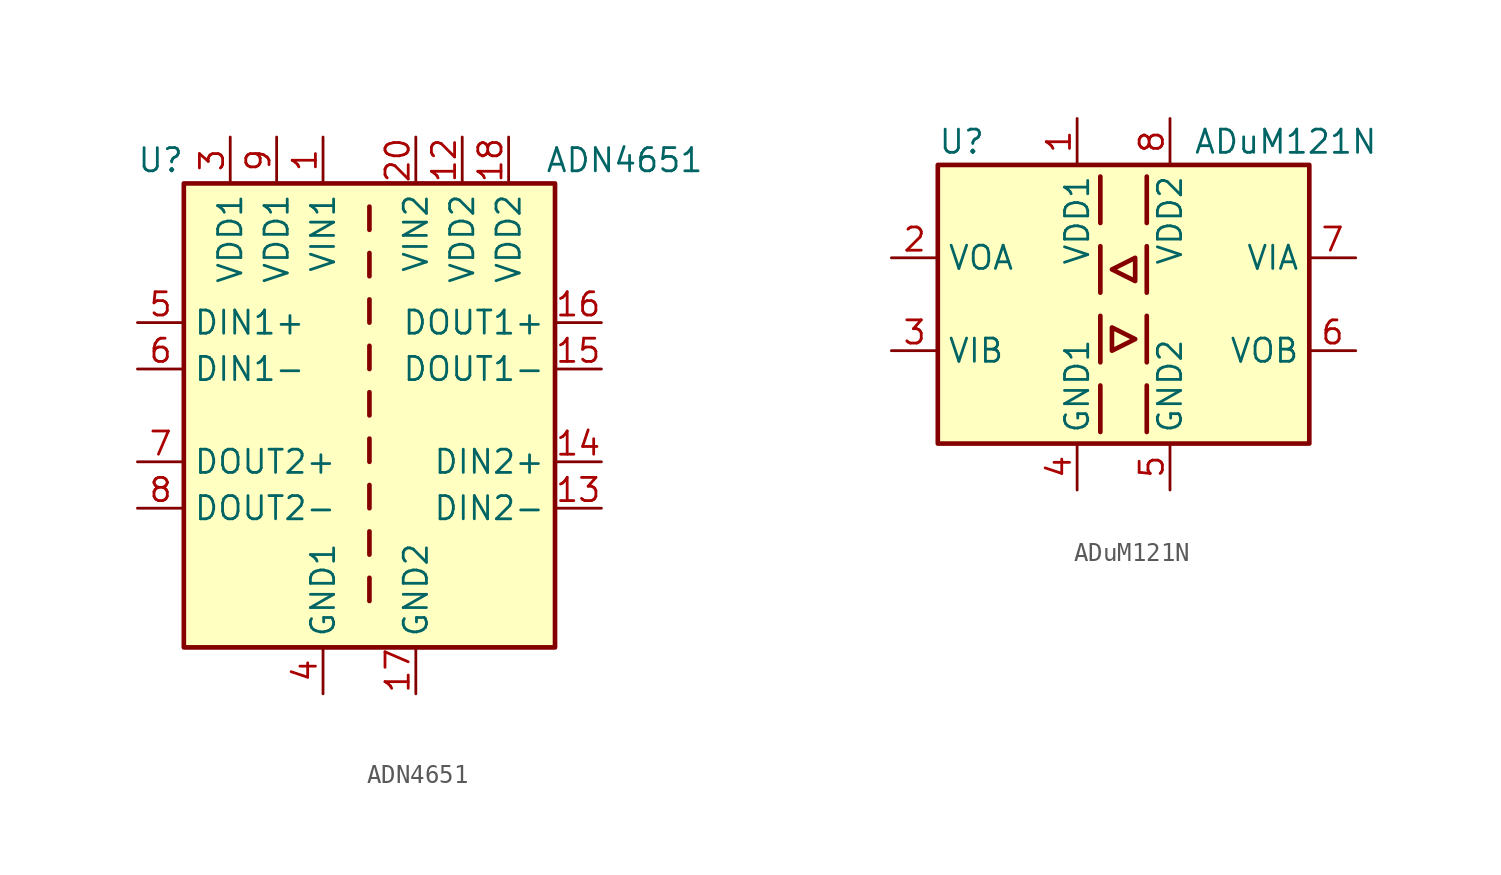
<source format=kicad_sym>
(kicad_symbol_lib
  (version 20201005)
  (generator kicad_symbol_editor)
  (symbol "Isolator_Digital:ADN4651"
    (property "Reference" "U"
      (at -11.43 13.97 0)
      (effects (font (size 1.27 1.27))))
    (property "Value" "ADN4651"
      (at 13.97 13.97 0)
      (effects (font (size 1.27 1.27))))
    (symbol "ADN4651_0_0"
      (pin power_in line (at 5.08 15.24 270) (length 2.54) (name "VDD2" (effects (font (size 1.27 1.27)))) (number "12" (effects (font (size 1.27 1.27)))))
      (pin power_in line (at -5.08 15.24 270) (length 2.54) (name "VDD1" (effects (font (size 1.27 1.27)))) (number "9" (effects (font (size 1.27 1.27))))))
    (symbol "ADN4651_0_1"
      (rectangle (start -10.16 12.7) (end 10.16 -12.7) (stroke (width 0.254)) (fill (type background)))
      (polyline (pts (xy 0 -8.89) (xy 0 -10.16)) (stroke (width 0.254)) (fill (type none)))
      (polyline (pts (xy 0 -6.35) (xy 0 -7.62)) (stroke (width 0.254)) (fill (type none)))
      (polyline (pts (xy 0 -3.81) (xy 0 -5.08)) (stroke (width 0.254)) (fill (type none)))
      (polyline (pts (xy 0 -1.27) (xy 0 -2.54)) (stroke (width 0.254)) (fill (type none)))
      (polyline (pts (xy 0 1.27) (xy 0 0)) (stroke (width 0.254)) (fill (type none)))
      (polyline (pts (xy 0 3.81) (xy 0 2.54)) (stroke (width 0.254)) (fill (type none)))
      (polyline (pts (xy 0 6.35) (xy 0 5.08)) (stroke (width 0.254)) (fill (type none)))
      (polyline (pts (xy 0 8.89) (xy 0 7.62)) (stroke (width 0.254)) (fill (type none)))
      (polyline (pts (xy 0 11.43) (xy 0 10.16)) (stroke (width 0.254)) (fill (type none))))
    (symbol "ADN4651_1_1"
      (pin power_in line (at -2.54 15.24 270) (length 2.54) (name "VIN1" (effects (font (size 1.27 1.27)))) (number "1" (effects (font (size 1.27 1.27)))))
      (pin passive line (at -2.54 -15.24 90) (length 2.54) hide (name "GND1" (effects (font (size 1.27 1.27)))) (number "10" (effects (font (size 1.27 1.27)))))
      (pin passive line (at 2.54 -15.24 90) (length 2.54) hide (name "GND2" (effects (font (size 1.27 1.27)))) (number "11" (effects (font (size 1.27 1.27)))))
      (pin input line (at 12.7 -5.08 180) (length 2.54) (name "DIN2-" (effects (font (size 1.27 1.27)))) (number "13" (effects (font (size 1.27 1.27)))))
      (pin input line (at 12.7 -2.54 180) (length 2.54) (name "DIN2+" (effects (font (size 1.27 1.27)))) (number "14" (effects (font (size 1.27 1.27)))))
      (pin output line (at 12.7 2.54 180) (length 2.54) (name "DOUT1-" (effects (font (size 1.27 1.27)))) (number "15" (effects (font (size 1.27 1.27)))))
      (pin output line (at 12.7 5.08 180) (length 2.54) (name "DOUT1+" (effects (font (size 1.27 1.27)))) (number "16" (effects (font (size 1.27 1.27)))))
      (pin power_in line (at 2.54 -15.24 90) (length 2.54) (name "GND2" (effects (font (size 1.27 1.27)))) (number "17" (effects (font (size 1.27 1.27)))))
      (pin power_in line (at 7.62 15.24 270) (length 2.54) (name "VDD2" (effects (font (size 1.27 1.27)))) (number "18" (effects (font (size 1.27 1.27)))))
      (pin passive line (at 2.54 -15.24 90) (length 2.54) hide (name "GND2" (effects (font (size 1.27 1.27)))) (number "19" (effects (font (size 1.27 1.27)))))
      (pin passive line (at -2.54 -15.24 90) (length 2.54) hide (name "GND1" (effects (font (size 1.27 1.27)))) (number "2" (effects (font (size 1.27 1.27)))))
      (pin power_in line (at 2.54 15.24 270) (length 2.54) (name "VIN2" (effects (font (size 1.27 1.27)))) (number "20" (effects (font (size 1.27 1.27)))))
      (pin power_in line (at -7.62 15.24 270) (length 2.54) (name "VDD1" (effects (font (size 1.27 1.27)))) (number "3" (effects (font (size 1.27 1.27)))))
      (pin power_in line (at -2.54 -15.24 90) (length 2.54) (name "GND1" (effects (font (size 1.27 1.27)))) (number "4" (effects (font (size 1.27 1.27)))))
      (pin input line (at -12.7 5.08 0) (length 2.54) (name "DIN1+" (effects (font (size 1.27 1.27)))) (number "5" (effects (font (size 1.27 1.27)))))
      (pin input line (at -12.7 2.54 0) (length 2.54) (name "DIN1-" (effects (font (size 1.27 1.27)))) (number "6" (effects (font (size 1.27 1.27)))))
      (pin output line (at -12.7 -2.54 0) (length 2.54) (name "DOUT2+" (effects (font (size 1.27 1.27)))) (number "7" (effects (font (size 1.27 1.27)))))
      (pin output line (at -12.7 -5.08 0) (length 2.54) (name "DOUT2-" (effects (font (size 1.27 1.27)))) (number "8" (effects (font (size 1.27 1.27)))))))
  (symbol "Isolator_Digital:ADuM121N"
    (property "Reference" "U"
      (at -10.16 8.89 0)
      (effects (font (size 1.27 1.27)) (justify left)))
    (property "Value" "ADuM121N"
      (at 3.81 8.89 0)
      (effects (font (size 1.27 1.27)) (justify left)))
    (symbol "ADuM121N_0_1"
      (rectangle (start -10.16 7.62) (end 10.16 -7.62) (stroke (width 0.254)) (fill (type background)))
      (polyline (pts (xy -1.27 -4.445) (xy -1.27 -6.985)) (stroke (width 0.254)) (fill (type none)))
      (polyline (pts (xy -1.27 -0.635) (xy -1.27 -3.175)) (stroke (width 0.254)) (fill (type none)))
      (polyline (pts (xy -1.27 3.175) (xy -1.27 0.635)) (stroke (width 0.254)) (fill (type none)))
      (polyline (pts (xy -1.27 6.985) (xy -1.27 4.445)) (stroke (width 0.254)) (fill (type none)))
      (polyline (pts (xy 1.27 -4.445) (xy 1.27 -6.985)) (stroke (width 0.254)) (fill (type none)))
      (polyline (pts (xy 1.27 -0.635) (xy 1.27 -3.175)) (stroke (width 0.254)) (fill (type none)))
      (polyline (pts (xy 1.27 3.175) (xy 1.27 0.635)) (stroke (width 0.254)) (fill (type none)))
      (polyline (pts (xy 1.27 6.985) (xy 1.27 4.445)) (stroke (width 0.254)) (fill (type none)))
      (polyline (pts (xy -0.635 -1.27) (xy -0.635 -2.54) (xy 0.635 -1.905) (xy -0.635 -1.27)) (stroke (width 0.254)) (fill (type none)))
      (polyline (pts (xy 0.635 1.27) (xy -0.635 1.905) (xy 0.635 2.54) (xy 0.635 1.27)) (stroke (width 0.254)) (fill (type none))))
    (symbol "ADuM121N_1_1"
      (pin power_in line (at -2.54 10.16 270) (length 2.54) (name "VDD1" (effects (font (size 1.27 1.27)))) (number "1" (effects (font (size 1.27 1.27)))))
      (pin output line (at -12.7 2.54 0) (length 2.54) (name "VOA" (effects (font (size 1.27 1.27)))) (number "2" (effects (font (size 1.27 1.27)))))
      (pin input line (at -12.7 -2.54 0) (length 2.54) (name "VIB" (effects (font (size 1.27 1.27)))) (number "3" (effects (font (size 1.27 1.27)))))
      (pin power_in line (at -2.54 -10.16 90) (length 2.54) (name "GND1" (effects (font (size 1.27 1.27)))) (number "4" (effects (font (size 1.27 1.27)))))
      (pin power_in line (at 2.54 -10.16 90) (length 2.54) (name "GND2" (effects (font (size 1.27 1.27)))) (number "5" (effects (font (size 1.27 1.27)))))
      (pin output line (at 12.7 -2.54 180) (length 2.54) (name "VOB" (effects (font (size 1.27 1.27)))) (number "6" (effects (font (size 1.27 1.27)))))
      (pin input line (at 12.7 2.54 180) (length 2.54) (name "VIA" (effects (font (size 1.27 1.27)))) (number "7" (effects (font (size 1.27 1.27)))))
      (pin power_in line (at 2.54 10.16 270) (length 2.54) (name "VDD2" (effects (font (size 1.27 1.27)))) (number "8" (effects (font (size 1.27 1.27))))))))
</source>
